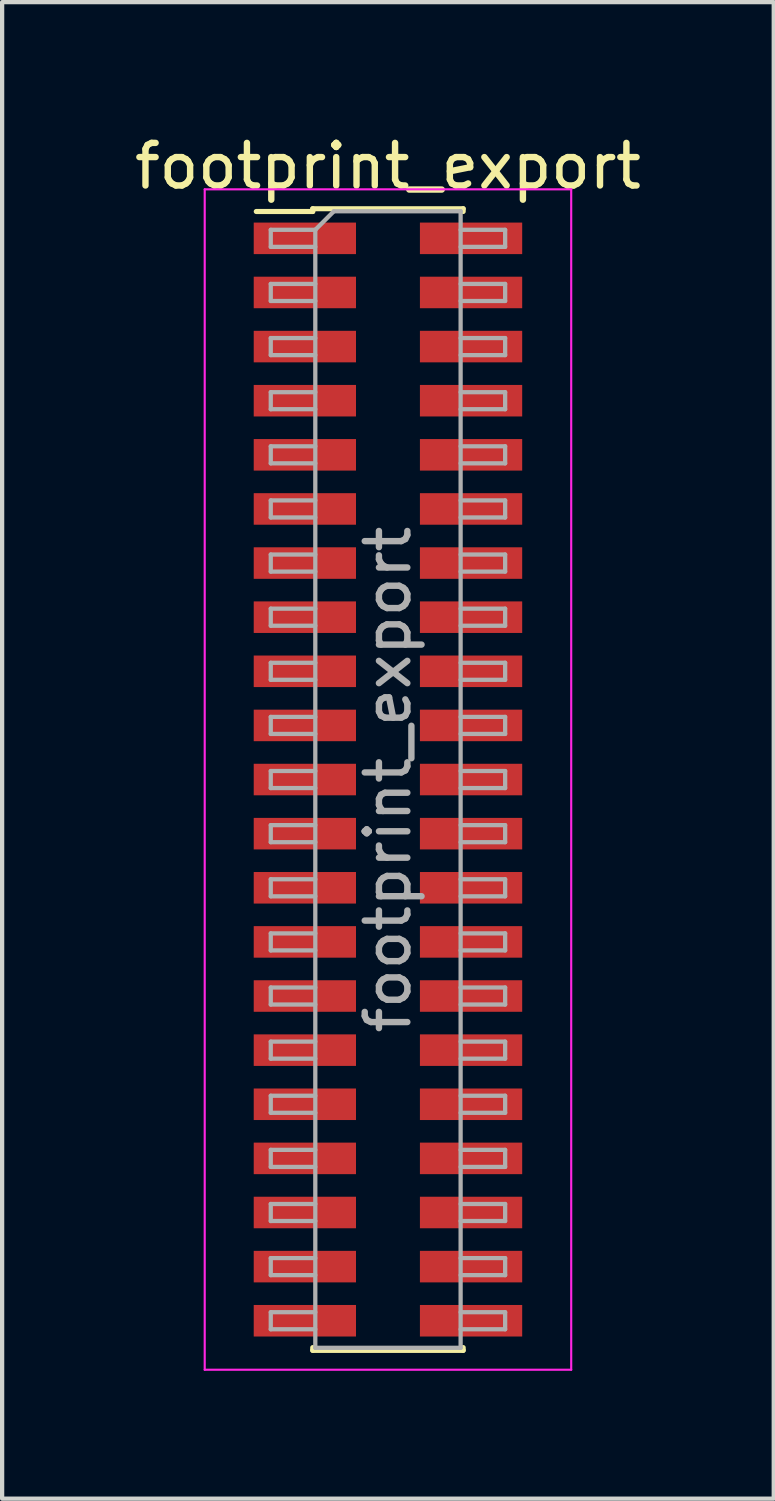
<source format=kicad_pcb>
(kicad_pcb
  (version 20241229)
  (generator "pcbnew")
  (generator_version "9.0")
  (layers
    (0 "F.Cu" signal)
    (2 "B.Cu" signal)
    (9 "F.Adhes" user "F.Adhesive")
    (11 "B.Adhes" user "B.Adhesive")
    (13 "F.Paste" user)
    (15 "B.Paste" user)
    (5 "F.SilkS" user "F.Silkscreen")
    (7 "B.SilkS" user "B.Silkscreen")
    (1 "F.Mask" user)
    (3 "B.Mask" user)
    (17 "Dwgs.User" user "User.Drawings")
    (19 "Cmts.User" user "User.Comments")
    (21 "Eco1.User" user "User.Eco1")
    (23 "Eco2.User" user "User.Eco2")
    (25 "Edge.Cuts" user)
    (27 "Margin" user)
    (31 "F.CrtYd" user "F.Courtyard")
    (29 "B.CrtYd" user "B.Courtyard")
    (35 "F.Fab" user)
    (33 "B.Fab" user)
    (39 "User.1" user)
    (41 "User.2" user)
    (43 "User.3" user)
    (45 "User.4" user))
  (footprint "footprint_export"
    (layer "F.Cu")
    (at 6.054 15.243)
    (property "Reference" "footprint_export" (at 0 -14.395 0) (layer "F.SilkS") (effects (font (size 1 1) (thickness 0.15))))
    (attr smd)
    (fp_line (start -3.09 -13.33) (end -1.765 -13.33) (stroke (width 0.12) (type solid)) (layer "F.SilkS"))
    (fp_line (start -1.765 -13.395) (end -1.765 -13.33) (stroke (width 0.12) (type solid)) (layer "F.SilkS"))
    (fp_line (start -1.765 -13.395) (end 1.765 -13.395) (stroke (width 0.12) (type solid)) (layer "F.SilkS"))
    (fp_line (start -1.765 13.33) (end -1.765 13.395) (stroke (width 0.12) (type solid)) (layer "F.SilkS"))
    (fp_line (start -1.765 13.395) (end 1.765 13.395) (stroke (width 0.12) (type solid)) (layer "F.SilkS"))
    (fp_line (start 1.765 -13.395) (end 1.765 -13.33) (stroke (width 0.12) (type solid)) (layer "F.SilkS"))
    (fp_line (start 1.765 13.33) (end 1.765 13.395) (stroke (width 0.12) (type solid)) (layer "F.SilkS"))
    (fp_line (start -4.3 -13.85) (end -4.3 13.85) (stroke (width 0.05) (type solid)) (layer "F.CrtYd"))
    (fp_line (start -4.3 13.85) (end 4.3 13.85) (stroke (width 0.05) (type solid)) (layer "F.CrtYd"))
    (fp_line (start 4.3 -13.85) (end -4.3 -13.85) (stroke (width 0.05) (type solid)) (layer "F.CrtYd"))
    (fp_line (start 4.3 13.85) (end 4.3 -13.85) (stroke (width 0.05) (type solid)) (layer "F.CrtYd"))
    (fp_line (start -2.75 -12.9) (end -2.75 -12.5) (stroke (width 0.1) (type solid)) (layer "F.Fab"))
    (fp_line (start -2.75 -12.5) (end -1.705 -12.5) (stroke (width 0.1) (type solid)) (layer "F.Fab"))
    (fp_line (start -2.75 -11.63) (end -2.75 -11.23) (stroke (width 0.1) (type solid)) (layer "F.Fab"))
    (fp_line (start -2.75 -11.23) (end -1.705 -11.23) (stroke (width 0.1) (type solid)) (layer "F.Fab"))
    (fp_line (start -2.75 -10.36) (end -2.75 -9.96) (stroke (width 0.1) (type solid)) (layer "F.Fab"))
    (fp_line (start -2.75 -9.96) (end -1.705 -9.96) (stroke (width 0.1) (type solid)) (layer "F.Fab"))
    (fp_line (start -2.75 -9.09) (end -2.75 -8.69) (stroke (width 0.1) (type solid)) (layer "F.Fab"))
    (fp_line (start -2.75 -8.69) (end -1.705 -8.69) (stroke (width 0.1) (type solid)) (layer "F.Fab"))
    (fp_line (start -2.75 -7.82) (end -2.75 -7.42) (stroke (width 0.1) (type solid)) (layer "F.Fab"))
    (fp_line (start -2.75 -7.42) (end -1.705 -7.42) (stroke (width 0.1) (type solid)) (layer "F.Fab"))
    (fp_line (start -2.75 -6.55) (end -2.75 -6.15) (stroke (width 0.1) (type solid)) (layer "F.Fab"))
    (fp_line (start -2.75 -6.15) (end -1.705 -6.15) (stroke (width 0.1) (type solid)) (layer "F.Fab"))
    (fp_line (start -2.75 -5.28) (end -2.75 -4.88) (stroke (width 0.1) (type solid)) (layer "F.Fab"))
    (fp_line (start -2.75 -4.88) (end -1.705 -4.88) (stroke (width 0.1) (type solid)) (layer "F.Fab"))
    (fp_line (start -2.75 -4.01) (end -2.75 -3.61) (stroke (width 0.1) (type solid)) (layer "F.Fab"))
    (fp_line (start -2.75 -3.61) (end -1.705 -3.61) (stroke (width 0.1) (type solid)) (layer "F.Fab"))
    (fp_line (start -2.75 -2.74) (end -2.75 -2.34) (stroke (width 0.1) (type solid)) (layer "F.Fab"))
    (fp_line (start -2.75 -2.34) (end -1.705 -2.34) (stroke (width 0.1) (type solid)) (layer "F.Fab"))
    (fp_line (start -2.75 -1.47) (end -2.75 -1.07) (stroke (width 0.1) (type solid)) (layer "F.Fab"))
    (fp_line (start -2.75 -1.07) (end -1.705 -1.07) (stroke (width 0.1) (type solid)) (layer "F.Fab"))
    (fp_line (start -2.75 -0.2) (end -2.75 0.2) (stroke (width 0.1) (type solid)) (layer "F.Fab"))
    (fp_line (start -2.75 0.2) (end -1.705 0.2) (stroke (width 0.1) (type solid)) (layer "F.Fab"))
    (fp_line (start -2.75 1.07) (end -2.75 1.47) (stroke (width 0.1) (type solid)) (layer "F.Fab"))
    (fp_line (start -2.75 1.47) (end -1.705 1.47) (stroke (width 0.1) (type solid)) (layer "F.Fab"))
    (fp_line (start -2.75 2.34) (end -2.75 2.74) (stroke (width 0.1) (type solid)) (layer "F.Fab"))
    (fp_line (start -2.75 2.74) (end -1.705 2.74) (stroke (width 0.1) (type solid)) (layer "F.Fab"))
    (fp_line (start -2.75 3.61) (end -2.75 4.01) (stroke (width 0.1) (type solid)) (layer "F.Fab"))
    (fp_line (start -2.75 4.01) (end -1.705 4.01) (stroke (width 0.1) (type solid)) (layer "F.Fab"))
    (fp_line (start -2.75 4.88) (end -2.75 5.28) (stroke (width 0.1) (type solid)) (layer "F.Fab"))
    (fp_line (start -2.75 5.28) (end -1.705 5.28) (stroke (width 0.1) (type solid)) (layer "F.Fab"))
    (fp_line (start -2.75 6.15) (end -2.75 6.55) (stroke (width 0.1) (type solid)) (layer "F.Fab"))
    (fp_line (start -2.75 6.55) (end -1.705 6.55) (stroke (width 0.1) (type solid)) (layer "F.Fab"))
    (fp_line (start -2.75 7.42) (end -2.75 7.82) (stroke (width 0.1) (type solid)) (layer "F.Fab"))
    (fp_line (start -2.75 7.82) (end -1.705 7.82) (stroke (width 0.1) (type solid)) (layer "F.Fab"))
    (fp_line (start -2.75 8.69) (end -2.75 9.09) (stroke (width 0.1) (type solid)) (layer "F.Fab"))
    (fp_line (start -2.75 9.09) (end -1.705 9.09) (stroke (width 0.1) (type solid)) (layer "F.Fab"))
    (fp_line (start -2.75 9.96) (end -2.75 10.36) (stroke (width 0.1) (type solid)) (layer "F.Fab"))
    (fp_line (start -2.75 10.36) (end -1.705 10.36) (stroke (width 0.1) (type solid)) (layer "F.Fab"))
    (fp_line (start -2.75 11.23) (end -2.75 11.63) (stroke (width 0.1) (type solid)) (layer "F.Fab"))
    (fp_line (start -2.75 11.63) (end -1.705 11.63) (stroke (width 0.1) (type solid)) (layer "F.Fab"))
    (fp_line (start -2.75 12.5) (end -2.75 12.9) (stroke (width 0.1) (type solid)) (layer "F.Fab"))
    (fp_line (start -2.75 12.9) (end -1.705 12.9) (stroke (width 0.1) (type solid)) (layer "F.Fab"))
    (fp_line (start -1.705 -12.9) (end -2.75 -12.9) (stroke (width 0.1) (type solid)) (layer "F.Fab"))
    (fp_line (start -1.705 -12.9) (end -1.27 -13.335) (stroke (width 0.1) (type solid)) (layer "F.Fab"))
    (fp_line (start -1.705 -11.63) (end -2.75 -11.63) (stroke (width 0.1) (type solid)) (layer "F.Fab"))
    (fp_line (start -1.705 -10.36) (end -2.75 -10.36) (stroke (width 0.1) (type solid)) (layer "F.Fab"))
    (fp_line (start -1.705 -9.09) (end -2.75 -9.09) (stroke (width 0.1) (type solid)) (layer "F.Fab"))
    (fp_line (start -1.705 -7.82) (end -2.75 -7.82) (stroke (width 0.1) (type solid)) (layer "F.Fab"))
    (fp_line (start -1.705 -6.55) (end -2.75 -6.55) (stroke (width 0.1) (type solid)) (layer "F.Fab"))
    (fp_line (start -1.705 -5.28) (end -2.75 -5.28) (stroke (width 0.1) (type solid)) (layer "F.Fab"))
    (fp_line (start -1.705 -4.01) (end -2.75 -4.01) (stroke (width 0.1) (type solid)) (layer "F.Fab"))
    (fp_line (start -1.705 -2.74) (end -2.75 -2.74) (stroke (width 0.1) (type solid)) (layer "F.Fab"))
    (fp_line (start -1.705 -1.47) (end -2.75 -1.47) (stroke (width 0.1) (type solid)) (layer "F.Fab"))
    (fp_line (start -1.705 -0.2) (end -2.75 -0.2) (stroke (width 0.1) (type solid)) (layer "F.Fab"))
    (fp_line (start -1.705 1.07) (end -2.75 1.07) (stroke (width 0.1) (type solid)) (layer "F.Fab"))
    (fp_line (start -1.705 2.34) (end -2.75 2.34) (stroke (width 0.1) (type solid)) (layer "F.Fab"))
    (fp_line (start -1.705 3.61) (end -2.75 3.61) (stroke (width 0.1) (type solid)) (layer "F.Fab"))
    (fp_line (start -1.705 4.88) (end -2.75 4.88) (stroke (width 0.1) (type solid)) (layer "F.Fab"))
    (fp_line (start -1.705 6.15) (end -2.75 6.15) (stroke (width 0.1) (type solid)) (layer "F.Fab"))
    (fp_line (start -1.705 7.42) (end -2.75 7.42) (stroke (width 0.1) (type solid)) (layer "F.Fab"))
    (fp_line (start -1.705 8.69) (end -2.75 8.69) (stroke (width 0.1) (type solid)) (layer "F.Fab"))
    (fp_line (start -1.705 9.96) (end -2.75 9.96) (stroke (width 0.1) (type solid)) (layer "F.Fab"))
    (fp_line (start -1.705 11.23) (end -2.75 11.23) (stroke (width 0.1) (type solid)) (layer "F.Fab"))
    (fp_line (start -1.705 12.5) (end -2.75 12.5) (stroke (width 0.1) (type solid)) (layer "F.Fab"))
    (fp_line (start -1.705 13.335) (end -1.705 -12.9) (stroke (width 0.1) (type solid)) (layer "F.Fab"))
    (fp_line (start -1.27 -13.335) (end 1.705 -13.335) (stroke (width 0.1) (type solid)) (layer "F.Fab"))
    (fp_line (start 1.705 -13.335) (end 1.705 13.335) (stroke (width 0.1) (type solid)) (layer "F.Fab"))
    (fp_line (start 1.705 -12.9) (end 2.75 -12.9) (stroke (width 0.1) (type solid)) (layer "F.Fab"))
    (fp_line (start 1.705 -11.63) (end 2.75 -11.63) (stroke (width 0.1) (type solid)) (layer "F.Fab"))
    (fp_line (start 1.705 -10.36) (end 2.75 -10.36) (stroke (width 0.1) (type solid)) (layer "F.Fab"))
    (fp_line (start 1.705 -9.09) (end 2.75 -9.09) (stroke (width 0.1) (type solid)) (layer "F.Fab"))
    (fp_line (start 1.705 -7.82) (end 2.75 -7.82) (stroke (width 0.1) (type solid)) (layer "F.Fab"))
    (fp_line (start 1.705 -6.55) (end 2.75 -6.55) (stroke (width 0.1) (type solid)) (layer "F.Fab"))
    (fp_line (start 1.705 -5.28) (end 2.75 -5.28) (stroke (width 0.1) (type solid)) (layer "F.Fab"))
    (fp_line (start 1.705 -4.01) (end 2.75 -4.01) (stroke (width 0.1) (type solid)) (layer "F.Fab"))
    (fp_line (start 1.705 -2.74) (end 2.75 -2.74) (stroke (width 0.1) (type solid)) (layer "F.Fab"))
    (fp_line (start 1.705 -1.47) (end 2.75 -1.47) (stroke (width 0.1) (type solid)) (layer "F.Fab"))
    (fp_line (start 1.705 -0.2) (end 2.75 -0.2) (stroke (width 0.1) (type solid)) (layer "F.Fab"))
    (fp_line (start 1.705 1.07) (end 2.75 1.07) (stroke (width 0.1) (type solid)) (layer "F.Fab"))
    (fp_line (start 1.705 2.34) (end 2.75 2.34) (stroke (width 0.1) (type solid)) (layer "F.Fab"))
    (fp_line (start 1.705 3.61) (end 2.75 3.61) (stroke (width 0.1) (type solid)) (layer "F.Fab"))
    (fp_line (start 1.705 4.88) (end 2.75 4.88) (stroke (width 0.1) (type solid)) (layer "F.Fab"))
    (fp_line (start 1.705 6.15) (end 2.75 6.15) (stroke (width 0.1) (type solid)) (layer "F.Fab"))
    (fp_line (start 1.705 7.42) (end 2.75 7.42) (stroke (width 0.1) (type solid)) (layer "F.Fab"))
    (fp_line (start 1.705 8.69) (end 2.75 8.69) (stroke (width 0.1) (type solid)) (layer "F.Fab"))
    (fp_line (start 1.705 9.96) (end 2.75 9.96) (stroke (width 0.1) (type solid)) (layer "F.Fab"))
    (fp_line (start 1.705 11.23) (end 2.75 11.23) (stroke (width 0.1) (type solid)) (layer "F.Fab"))
    (fp_line (start 1.705 12.5) (end 2.75 12.5) (stroke (width 0.1) (type solid)) (layer "F.Fab"))
    (fp_line (start 1.705 13.335) (end -1.705 13.335) (stroke (width 0.1) (type solid)) (layer "F.Fab"))
    (fp_line (start 2.75 -12.9) (end 2.75 -12.5) (stroke (width 0.1) (type solid)) (layer "F.Fab"))
    (fp_line (start 2.75 -12.5) (end 1.705 -12.5) (stroke (width 0.1) (type solid)) (layer "F.Fab"))
    (fp_line (start 2.75 -11.63) (end 2.75 -11.23) (stroke (width 0.1) (type solid)) (layer "F.Fab"))
    (fp_line (start 2.75 -11.23) (end 1.705 -11.23) (stroke (width 0.1) (type solid)) (layer "F.Fab"))
    (fp_line (start 2.75 -10.36) (end 2.75 -9.96) (stroke (width 0.1) (type solid)) (layer "F.Fab"))
    (fp_line (start 2.75 -9.96) (end 1.705 -9.96) (stroke (width 0.1) (type solid)) (layer "F.Fab"))
    (fp_line (start 2.75 -9.09) (end 2.75 -8.69) (stroke (width 0.1) (type solid)) (layer "F.Fab"))
    (fp_line (start 2.75 -8.69) (end 1.705 -8.69) (stroke (width 0.1) (type solid)) (layer "F.Fab"))
    (fp_line (start 2.75 -7.82) (end 2.75 -7.42) (stroke (width 0.1) (type solid)) (layer "F.Fab"))
    (fp_line (start 2.75 -7.42) (end 1.705 -7.42) (stroke (width 0.1) (type solid)) (layer "F.Fab"))
    (fp_line (start 2.75 -6.55) (end 2.75 -6.15) (stroke (width 0.1) (type solid)) (layer "F.Fab"))
    (fp_line (start 2.75 -6.15) (end 1.705 -6.15) (stroke (width 0.1) (type solid)) (layer "F.Fab"))
    (fp_line (start 2.75 -5.28) (end 2.75 -4.88) (stroke (width 0.1) (type solid)) (layer "F.Fab"))
    (fp_line (start 2.75 -4.88) (end 1.705 -4.88) (stroke (width 0.1) (type solid)) (layer "F.Fab"))
    (fp_line (start 2.75 -4.01) (end 2.75 -3.61) (stroke (width 0.1) (type solid)) (layer "F.Fab"))
    (fp_line (start 2.75 -3.61) (end 1.705 -3.61) (stroke (width 0.1) (type solid)) (layer "F.Fab"))
    (fp_line (start 2.75 -2.74) (end 2.75 -2.34) (stroke (width 0.1) (type solid)) (layer "F.Fab"))
    (fp_line (start 2.75 -2.34) (end 1.705 -2.34) (stroke (width 0.1) (type solid)) (layer "F.Fab"))
    (fp_line (start 2.75 -1.47) (end 2.75 -1.07) (stroke (width 0.1) (type solid)) (layer "F.Fab"))
    (fp_line (start 2.75 -1.07) (end 1.705 -1.07) (stroke (width 0.1) (type solid)) (layer "F.Fab"))
    (fp_line (start 2.75 -0.2) (end 2.75 0.2) (stroke (width 0.1) (type solid)) (layer "F.Fab"))
    (fp_line (start 2.75 0.2) (end 1.705 0.2) (stroke (width 0.1) (type solid)) (layer "F.Fab"))
    (fp_line (start 2.75 1.07) (end 2.75 1.47) (stroke (width 0.1) (type solid)) (layer "F.Fab"))
    (fp_line (start 2.75 1.47) (end 1.705 1.47) (stroke (width 0.1) (type solid)) (layer "F.Fab"))
    (fp_line (start 2.75 2.34) (end 2.75 2.74) (stroke (width 0.1) (type solid)) (layer "F.Fab"))
    (fp_line (start 2.75 2.74) (end 1.705 2.74) (stroke (width 0.1) (type solid)) (layer "F.Fab"))
    (fp_line (start 2.75 3.61) (end 2.75 4.01) (stroke (width 0.1) (type solid)) (layer "F.Fab"))
    (fp_line (start 2.75 4.01) (end 1.705 4.01) (stroke (width 0.1) (type solid)) (layer "F.Fab"))
    (fp_line (start 2.75 4.88) (end 2.75 5.28) (stroke (width 0.1) (type solid)) (layer "F.Fab"))
    (fp_line (start 2.75 5.28) (end 1.705 5.28) (stroke (width 0.1) (type solid)) (layer "F.Fab"))
    (fp_line (start 2.75 6.15) (end 2.75 6.55) (stroke (width 0.1) (type solid)) (layer "F.Fab"))
    (fp_line (start 2.75 6.55) (end 1.705 6.55) (stroke (width 0.1) (type solid)) (layer "F.Fab"))
    (fp_line (start 2.75 7.42) (end 2.75 7.82) (stroke (width 0.1) (type solid)) (layer "F.Fab"))
    (fp_line (start 2.75 7.82) (end 1.705 7.82) (stroke (width 0.1) (type solid)) (layer "F.Fab"))
    (fp_line (start 2.75 8.69) (end 2.75 9.09) (stroke (width 0.1) (type solid)) (layer "F.Fab"))
    (fp_line (start 2.75 9.09) (end 1.705 9.09) (stroke (width 0.1) (type solid)) (layer "F.Fab"))
    (fp_line (start 2.75 9.96) (end 2.75 10.36) (stroke (width 0.1) (type solid)) (layer "F.Fab"))
    (fp_line (start 2.75 10.36) (end 1.705 10.36) (stroke (width 0.1) (type solid)) (layer "F.Fab"))
    (fp_line (start 2.75 11.23) (end 2.75 11.63) (stroke (width 0.1) (type solid)) (layer "F.Fab"))
    (fp_line (start 2.75 11.63) (end 1.705 11.63) (stroke (width 0.1) (type solid)) (layer "F.Fab"))
    (fp_line (start 2.75 12.5) (end 2.75 12.9) (stroke (width 0.1) (type solid)) (layer "F.Fab"))
    (fp_line (start 2.75 12.9) (end 1.705 12.9) (stroke (width 0.1) (type solid)) (layer "F.Fab"))
    (fp_text user "${REFERENCE}" (at 0 0 90) (layer "F.Fab") (effects (font (size 1 1) (thickness 0.15))))
    (pad "1" smd rect (at -1.95 -12.7) (size 2.4 0.74) (layers "F.Cu" "F.Mask" "F.Paste"))
    (pad "2" smd rect (at 1.95 -12.7) (size 2.4 0.74) (layers "F.Cu" "F.Mask" "F.Paste"))
    (pad "3" smd rect (at -1.95 -11.43) (size 2.4 0.74) (layers "F.Cu" "F.Mask" "F.Paste"))
    (pad "4" smd rect (at 1.95 -11.43) (size 2.4 0.74) (layers "F.Cu" "F.Mask" "F.Paste"))
    (pad "5" smd rect (at -1.95 -10.16) (size 2.4 0.74) (layers "F.Cu" "F.Mask" "F.Paste"))
    (pad "6" smd rect (at 1.95 -10.16) (size 2.4 0.74) (layers "F.Cu" "F.Mask" "F.Paste"))
    (pad "7" smd rect (at -1.95 -8.89) (size 2.4 0.74) (layers "F.Cu" "F.Mask" "F.Paste"))
    (pad "8" smd rect (at 1.95 -8.89) (size 2.4 0.74) (layers "F.Cu" "F.Mask" "F.Paste"))
    (pad "9" smd rect (at -1.95 -7.62) (size 2.4 0.74) (layers "F.Cu" "F.Mask" "F.Paste"))
    (pad "10" smd rect (at 1.95 -7.62) (size 2.4 0.74) (layers "F.Cu" "F.Mask" "F.Paste"))
    (pad "11" smd rect (at -1.95 -6.35) (size 2.4 0.74) (layers "F.Cu" "F.Mask" "F.Paste"))
    (pad "12" smd rect (at 1.95 -6.35) (size 2.4 0.74) (layers "F.Cu" "F.Mask" "F.Paste"))
    (pad "13" smd rect (at -1.95 -5.08) (size 2.4 0.74) (layers "F.Cu" "F.Mask" "F.Paste"))
    (pad "14" smd rect (at 1.95 -5.08) (size 2.4 0.74) (layers "F.Cu" "F.Mask" "F.Paste"))
    (pad "15" smd rect (at -1.95 -3.81) (size 2.4 0.74) (layers "F.Cu" "F.Mask" "F.Paste"))
    (pad "16" smd rect (at 1.95 -3.81) (size 2.4 0.74) (layers "F.Cu" "F.Mask" "F.Paste"))
    (pad "17" smd rect (at -1.95 -2.54) (size 2.4 0.74) (layers "F.Cu" "F.Mask" "F.Paste"))
    (pad "18" smd rect (at 1.95 -2.54) (size 2.4 0.74) (layers "F.Cu" "F.Mask" "F.Paste"))
    (pad "19" smd rect (at -1.95 -1.27) (size 2.4 0.74) (layers "F.Cu" "F.Mask" "F.Paste"))
    (pad "20" smd rect (at 1.95 -1.27) (size 2.4 0.74) (layers "F.Cu" "F.Mask" "F.Paste"))
    (pad "21" smd rect (at -1.95 0) (size 2.4 0.74) (layers "F.Cu" "F.Mask" "F.Paste"))
    (pad "22" smd rect (at 1.95 0) (size 2.4 0.74) (layers "F.Cu" "F.Mask" "F.Paste"))
    (pad "23" smd rect (at -1.95 1.27) (size 2.4 0.74) (layers "F.Cu" "F.Mask" "F.Paste"))
    (pad "24" smd rect (at 1.95 1.27) (size 2.4 0.74) (layers "F.Cu" "F.Mask" "F.Paste"))
    (pad "25" smd rect (at -1.95 2.54) (size 2.4 0.74) (layers "F.Cu" "F.Mask" "F.Paste"))
    (pad "26" smd rect (at 1.95 2.54) (size 2.4 0.74) (layers "F.Cu" "F.Mask" "F.Paste"))
    (pad "27" smd rect (at -1.95 3.81) (size 2.4 0.74) (layers "F.Cu" "F.Mask" "F.Paste"))
    (pad "28" smd rect (at 1.95 3.81) (size 2.4 0.74) (layers "F.Cu" "F.Mask" "F.Paste"))
    (pad "29" smd rect (at -1.95 5.08) (size 2.4 0.74) (layers "F.Cu" "F.Mask" "F.Paste"))
    (pad "30" smd rect (at 1.95 5.08) (size 2.4 0.74) (layers "F.Cu" "F.Mask" "F.Paste"))
    (pad "31" smd rect (at -1.95 6.35) (size 2.4 0.74) (layers "F.Cu" "F.Mask" "F.Paste"))
    (pad "32" smd rect (at 1.95 6.35) (size 2.4 0.74) (layers "F.Cu" "F.Mask" "F.Paste"))
    (pad "33" smd rect (at -1.95 7.62) (size 2.4 0.74) (layers "F.Cu" "F.Mask" "F.Paste"))
    (pad "34" smd rect (at 1.95 7.62) (size 2.4 0.74) (layers "F.Cu" "F.Mask" "F.Paste"))
    (pad "35" smd rect (at -1.95 8.89) (size 2.4 0.74) (layers "F.Cu" "F.Mask" "F.Paste"))
    (pad "36" smd rect (at 1.95 8.89) (size 2.4 0.74) (layers "F.Cu" "F.Mask" "F.Paste"))
    (pad "37" smd rect (at -1.95 10.16) (size 2.4 0.74) (layers "F.Cu" "F.Mask" "F.Paste"))
    (pad "38" smd rect (at 1.95 10.16) (size 2.4 0.74) (layers "F.Cu" "F.Mask" "F.Paste"))
    (pad "39" smd rect (at -1.95 11.43) (size 2.4 0.74) (layers "F.Cu" "F.Mask" "F.Paste"))
    (pad "40" smd rect (at 1.95 11.43) (size 2.4 0.74) (layers "F.Cu" "F.Mask" "F.Paste"))
    (pad "41" smd rect (at -1.95 12.7) (size 2.4 0.74) (layers "F.Cu" "F.Mask" "F.Paste"))
    (pad "42" smd rect (at 1.95 12.7) (size 2.4 0.74) (layers "F.Cu" "F.Mask" "F.Paste")))
  (gr_rect
    (start -3 -3)
    (end 15.107 32.118)
    (stroke (width 0.1) (type default))
    (fill no)
    (layer "Edge.Cuts")))
</source>
